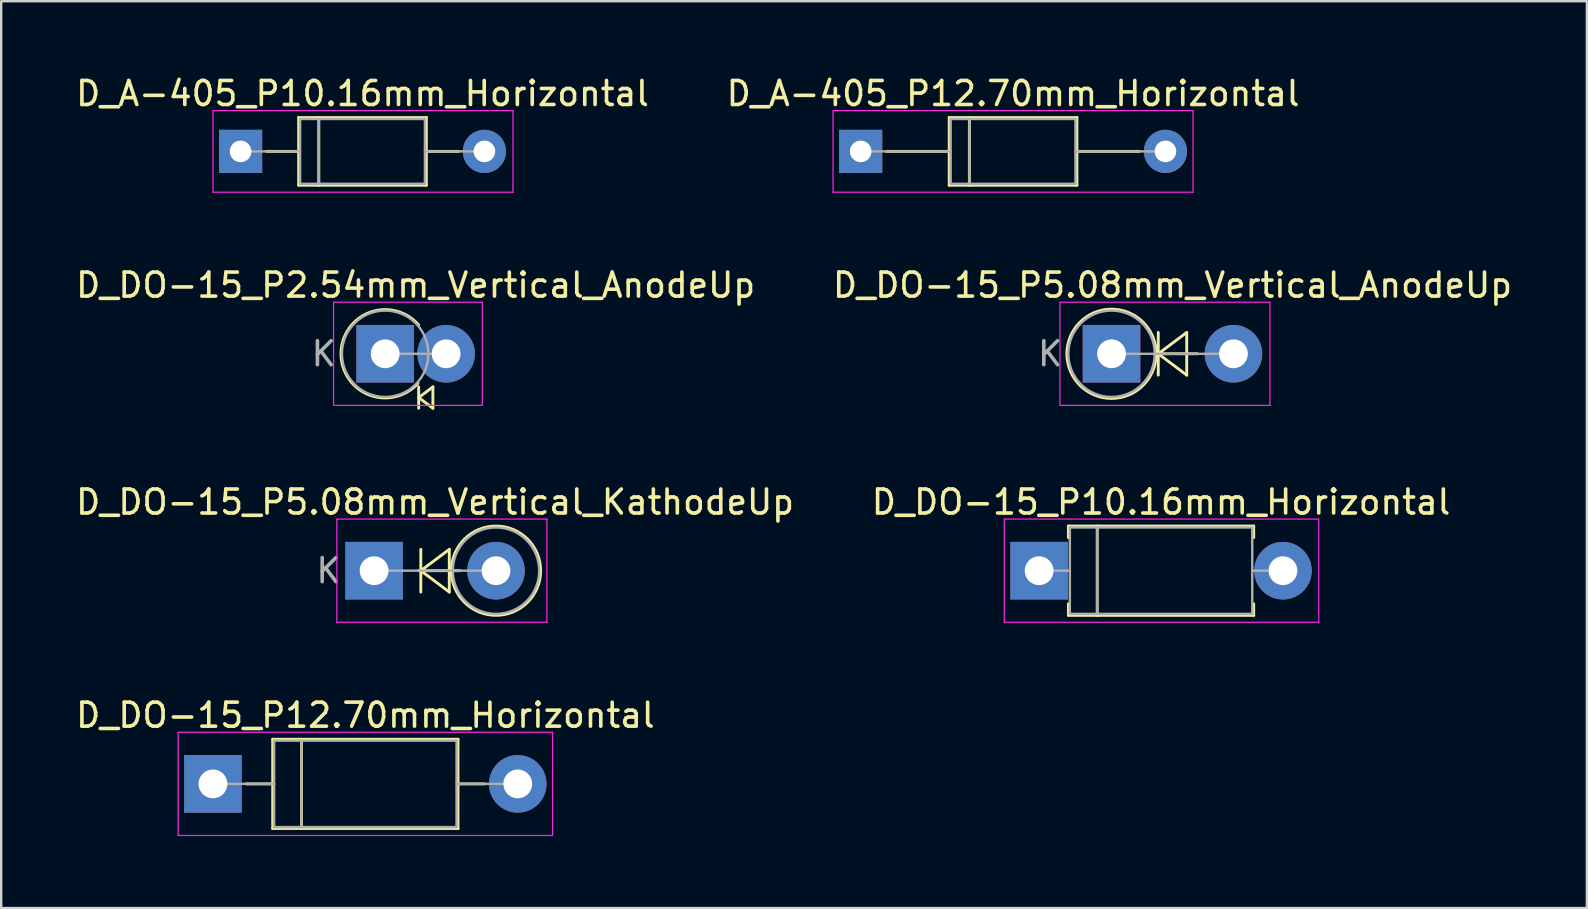
<source format=kicad_pcb>
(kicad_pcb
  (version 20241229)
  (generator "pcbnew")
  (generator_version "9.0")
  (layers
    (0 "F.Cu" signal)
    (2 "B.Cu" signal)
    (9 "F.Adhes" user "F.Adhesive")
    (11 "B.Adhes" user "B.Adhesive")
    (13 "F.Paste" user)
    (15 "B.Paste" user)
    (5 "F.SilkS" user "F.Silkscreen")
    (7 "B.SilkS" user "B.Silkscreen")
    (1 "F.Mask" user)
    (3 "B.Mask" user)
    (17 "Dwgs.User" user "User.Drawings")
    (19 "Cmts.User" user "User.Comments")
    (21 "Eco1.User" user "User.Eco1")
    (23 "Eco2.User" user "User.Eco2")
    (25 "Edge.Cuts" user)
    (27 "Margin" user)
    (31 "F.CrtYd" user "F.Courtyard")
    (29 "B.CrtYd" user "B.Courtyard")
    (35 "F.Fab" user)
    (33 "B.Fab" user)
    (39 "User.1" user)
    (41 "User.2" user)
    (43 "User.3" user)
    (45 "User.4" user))
  (footprint "D_DO-15_P5.08mm_Vertical_KathodeUp"
    (layer "F.Cu")
    (at 12.537 20.729)
    (property "Reference" "D_DO-15_P5.08mm_Vertical_KathodeUp" (at 2.54 -2.86 0) (layer "F.SilkS") (effects (font (size 1 1) (thickness 0.15))))
    (attr through_hole)
    (fp_line (start 1.86 0) (end 3.58 0) (stroke (width 0.12) (type solid)) (layer "F.SilkS"))
    (fp_line (start 1.947 -0.889) (end 1.947 0.889) (stroke (width 0.12) (type solid)) (layer "F.SilkS"))
    (fp_line (start 1.947 0) (end 3.133 -0.889) (stroke (width 0.12) (type solid)) (layer "F.SilkS"))
    (fp_line (start 3.133 -0.889) (end 3.133 0.889) (stroke (width 0.12) (type solid)) (layer "F.SilkS"))
    (fp_line (start 3.133 0.889) (end 1.947 0) (stroke (width 0.12) (type solid)) (layer "F.SilkS"))
    (fp_circle (center 5.08 0) (end 6.94 0) (stroke (width 0.12) (type solid)) (fill no) (layer "F.SilkS"))
    (fp_line (start -1.55 -2.15) (end -1.55 2.15) (stroke (width 0.05) (type solid)) (layer "F.CrtYd"))
    (fp_line (start -1.55 2.15) (end 7.2 2.15) (stroke (width 0.05) (type solid)) (layer "F.CrtYd"))
    (fp_line (start 7.2 -2.15) (end -1.55 -2.15) (stroke (width 0.05) (type solid)) (layer "F.CrtYd"))
    (fp_line (start 7.2 2.15) (end 7.2 -2.15) (stroke (width 0.05) (type solid)) (layer "F.CrtYd"))
    (fp_line (start 0 0) (end 5.08 0) (stroke (width 0.1) (type solid)) (layer "F.Fab"))
    (fp_circle (center 5.08 0) (end 6.88 0) (stroke (width 0.1) (type solid)) (fill no) (layer "F.Fab"))
    (fp_text user "K" (at -1.9 0 0) (layer "F.Fab") (effects (font (size 1 1) (thickness 0.15))))
    (pad "1" thru_hole rect (at 0 0) (size 2.4 2.4) (drill 1.2) (layers "*.Cu" "*.Mask"))
    (pad "2" thru_hole oval (at 5.08 0) (size 2.4 2.4) (drill 1.2) (layers "*.Cu" "*.Mask")))
  (footprint "D_A-405_P10.16mm_Horizontal"
    (layer "F.Cu")
    (at 6.974 3.258)
    (property "Reference" "D_A-405_P10.16mm_Horizontal" (at 5.08 -2.41 0) (layer "F.SilkS") (effects (font (size 1 1) (thickness 0.15))))
    (attr through_hole)
    (fp_line (start 1.08 0) (end 2.42 0) (stroke (width 0.12) (type solid)) (layer "F.SilkS"))
    (fp_line (start 2.42 -1.41) (end 2.42 1.41) (stroke (width 0.12) (type solid)) (layer "F.SilkS"))
    (fp_line (start 2.42 1.41) (end 7.74 1.41) (stroke (width 0.12) (type solid)) (layer "F.SilkS"))
    (fp_line (start 3.26 -1.41) (end 3.26 1.41) (stroke (width 0.12) (type solid)) (layer "F.SilkS"))
    (fp_line (start 7.74 -1.41) (end 2.42 -1.41) (stroke (width 0.12) (type solid)) (layer "F.SilkS"))
    (fp_line (start 7.74 1.41) (end 7.74 -1.41) (stroke (width 0.12) (type solid)) (layer "F.SilkS"))
    (fp_line (start 9.08 0) (end 7.74 0) (stroke (width 0.12) (type solid)) (layer "F.SilkS"))
    (fp_line (start -1.15 -1.7) (end -1.15 1.7) (stroke (width 0.05) (type solid)) (layer "F.CrtYd"))
    (fp_line (start -1.15 1.7) (end 11.35 1.7) (stroke (width 0.05) (type solid)) (layer "F.CrtYd"))
    (fp_line (start 11.35 -1.7) (end -1.15 -1.7) (stroke (width 0.05) (type solid)) (layer "F.CrtYd"))
    (fp_line (start 11.35 1.7) (end 11.35 -1.7) (stroke (width 0.05) (type solid)) (layer "F.CrtYd"))
    (fp_line (start 0 0) (end 2.48 0) (stroke (width 0.1) (type solid)) (layer "F.Fab"))
    (fp_line (start 2.48 -1.35) (end 2.48 1.35) (stroke (width 0.1) (type solid)) (layer "F.Fab"))
    (fp_line (start 2.48 1.35) (end 7.68 1.35) (stroke (width 0.1) (type solid)) (layer "F.Fab"))
    (fp_line (start 3.26 -1.35) (end 3.26 1.35) (stroke (width 0.1) (type solid)) (layer "F.Fab"))
    (fp_line (start 7.68 -1.35) (end 2.48 -1.35) (stroke (width 0.1) (type solid)) (layer "F.Fab"))
    (fp_line (start 7.68 1.35) (end 7.68 -1.35) (stroke (width 0.1) (type solid)) (layer "F.Fab"))
    (fp_line (start 10.16 0) (end 7.68 0) (stroke (width 0.1) (type solid)) (layer "F.Fab"))
    (pad "1" thru_hole rect (at 0 0) (size 1.8 1.8) (drill 0.9) (layers "*.Cu" "*.Mask"))
    (pad "2" thru_hole oval (at 10.16 0) (size 1.8 1.8) (drill 0.9) (layers "*.Cu" "*.Mask")))
  (footprint "D_DO-15_P10.16mm_Horizontal"
    (layer "F.Cu")
    (at 40.247 20.729)
    (property "Reference" "D_DO-15_P10.16mm_Horizontal" (at 5.08 -2.86 0) (layer "F.SilkS") (effects (font (size 1 1) (thickness 0.15))))
    (attr through_hole)
    (fp_line (start 1.22 -1.86) (end 8.94 -1.86) (stroke (width 0.12) (type solid)) (layer "F.SilkS"))
    (fp_line (start 1.22 -1.38) (end 1.22 -1.86) (stroke (width 0.12) (type solid)) (layer "F.SilkS"))
    (fp_line (start 1.22 1.38) (end 1.22 1.86) (stroke (width 0.12) (type solid)) (layer "F.SilkS"))
    (fp_line (start 1.22 1.86) (end 8.94 1.86) (stroke (width 0.12) (type solid)) (layer "F.SilkS"))
    (fp_line (start 2.42 -1.86) (end 2.42 1.86) (stroke (width 0.12) (type solid)) (layer "F.SilkS"))
    (fp_line (start 8.94 -1.86) (end 8.94 -1.38) (stroke (width 0.12) (type solid)) (layer "F.SilkS"))
    (fp_line (start 8.94 1.86) (end 8.94 1.38) (stroke (width 0.12) (type solid)) (layer "F.SilkS"))
    (fp_line (start -1.45 -2.15) (end -1.45 2.15) (stroke (width 0.05) (type solid)) (layer "F.CrtYd"))
    (fp_line (start -1.45 2.15) (end 11.65 2.15) (stroke (width 0.05) (type solid)) (layer "F.CrtYd"))
    (fp_line (start 11.65 -2.15) (end -1.45 -2.15) (stroke (width 0.05) (type solid)) (layer "F.CrtYd"))
    (fp_line (start 11.65 2.15) (end 11.65 -2.15) (stroke (width 0.05) (type solid)) (layer "F.CrtYd"))
    (fp_line (start 0 0) (end 1.28 0) (stroke (width 0.1) (type solid)) (layer "F.Fab"))
    (fp_line (start 1.28 -1.8) (end 1.28 1.8) (stroke (width 0.1) (type solid)) (layer "F.Fab"))
    (fp_line (start 1.28 1.8) (end 8.88 1.8) (stroke (width 0.1) (type solid)) (layer "F.Fab"))
    (fp_line (start 2.42 -1.8) (end 2.42 1.8) (stroke (width 0.1) (type solid)) (layer "F.Fab"))
    (fp_line (start 8.88 -1.8) (end 1.28 -1.8) (stroke (width 0.1) (type solid)) (layer "F.Fab"))
    (fp_line (start 8.88 1.8) (end 8.88 -1.8) (stroke (width 0.1) (type solid)) (layer "F.Fab"))
    (fp_line (start 10.16 0) (end 8.88 0) (stroke (width 0.1) (type solid)) (layer "F.Fab"))
    (pad "1" thru_hole rect (at 0 0) (size 2.4 2.4) (drill 1.2) (layers "*.Cu" "*.Mask"))
    (pad "2" thru_hole oval (at 10.16 0) (size 2.4 2.4) (drill 1.2) (layers "*.Cu" "*.Mask")))
  (footprint "D_DO-15_P2.54mm_Vertical_AnodeUp"
    (layer "F.Cu")
    (at 12.998 11.691)
    (property "Reference" "D_DO-15_P2.54mm_Vertical_AnodeUp" (at 1.27 -2.86 0) (layer "F.SilkS") (effects (font (size 1 1) (thickness 0.15))))
    (attr through_hole)
    (fp_line (start 1.397 1.38) (end 1.397 2.269) (stroke (width 0.12) (type solid)) (layer "F.SilkS"))
    (fp_line (start 1.397 1.825) (end 1.99 1.38) (stroke (width 0.12) (type solid)) (layer "F.SilkS"))
    (fp_line (start 1.99 1.38) (end 1.99 2.269) (stroke (width 0.12) (type solid)) (layer "F.SilkS"))
    (fp_line (start 1.99 2.269) (end 1.397 1.825) (stroke (width 0.12) (type solid)) (layer "F.SilkS"))
    (fp_arc (start 1.365408 1.23384) (mid -1.840161 -0.022557) (end 1.395242 -1.2) (stroke (width 0.12) (type solid)) (layer "F.SilkS"))
    (fp_line (start -2.15 -2.15) (end -2.15 2.15) (stroke (width 0.05) (type solid)) (layer "F.CrtYd"))
    (fp_line (start -2.15 2.15) (end 4.05 2.15) (stroke (width 0.05) (type solid)) (layer "F.CrtYd"))
    (fp_line (start 4.05 -2.15) (end -2.15 -2.15) (stroke (width 0.05) (type solid)) (layer "F.CrtYd"))
    (fp_line (start 4.05 2.15) (end 4.05 -2.15) (stroke (width 0.05) (type solid)) (layer "F.CrtYd"))
    (fp_line (start 0 0) (end 2.54 0) (stroke (width 0.1) (type solid)) (layer "F.Fab"))
    (fp_circle (center 0 0) (end 1.8 0) (stroke (width 0.1) (type solid)) (fill no) (layer "F.Fab"))
    (fp_text user "K" (at -2.56 0 0) (layer "F.Fab") (effects (font (size 1 1) (thickness 0.15))))
    (pad "1" thru_hole rect (at 0 0) (size 2.4 2.4) (drill 1.2) (layers "*.Cu" "*.Mask"))
    (pad "2" thru_hole oval (at 2.54 0) (size 2.4 2.4) (drill 1.2) (layers "*.Cu" "*.Mask")))
  (footprint "D_DO-15_P5.08mm_Vertical_AnodeUp"
    (layer "F.Cu")
    (at 43.264 11.691)
    (property "Reference" "D_DO-15_P5.08mm_Vertical_AnodeUp" (at 2.54 -2.86 0) (layer "F.SilkS") (effects (font (size 1 1) (thickness 0.15))))
    (attr through_hole)
    (fp_line (start 1.86 0) (end 3.58 0) (stroke (width 0.12) (type solid)) (layer "F.SilkS"))
    (fp_line (start 1.947 -0.889) (end 1.947 0.889) (stroke (width 0.12) (type solid)) (layer "F.SilkS"))
    (fp_line (start 1.947 0) (end 3.133 -0.889) (stroke (width 0.12) (type solid)) (layer "F.SilkS"))
    (fp_line (start 3.133 -0.889) (end 3.133 0.889) (stroke (width 0.12) (type solid)) (layer "F.SilkS"))
    (fp_line (start 3.133 0.889) (end 1.947 0) (stroke (width 0.12) (type solid)) (layer "F.SilkS"))
    (fp_circle (center 0 0) (end 1.86 0) (stroke (width 0.12) (type solid)) (fill no) (layer "F.SilkS"))
    (fp_line (start -2.15 -2.15) (end -2.15 2.15) (stroke (width 0.05) (type solid)) (layer "F.CrtYd"))
    (fp_line (start -2.15 2.15) (end 6.6 2.15) (stroke (width 0.05) (type solid)) (layer "F.CrtYd"))
    (fp_line (start 6.6 -2.15) (end -2.15 -2.15) (stroke (width 0.05) (type solid)) (layer "F.CrtYd"))
    (fp_line (start 6.6 2.15) (end 6.6 -2.15) (stroke (width 0.05) (type solid)) (layer "F.CrtYd"))
    (fp_line (start 0 0) (end 5.08 0) (stroke (width 0.1) (type solid)) (layer "F.Fab"))
    (fp_circle (center 0 0) (end 1.8 0) (stroke (width 0.1) (type solid)) (fill no) (layer "F.Fab"))
    (fp_text user "K" (at -2.56 0 0) (layer "F.Fab") (effects (font (size 1 1) (thickness 0.15))))
    (pad "1" thru_hole rect (at 0 0) (size 2.4 2.4) (drill 1.2) (layers "*.Cu" "*.Mask"))
    (pad "2" thru_hole oval (at 5.08 0) (size 2.4 2.4) (drill 1.2) (layers "*.Cu" "*.Mask")))
  (footprint "D_DO-15_P12.70mm_Horizontal"
    (layer "F.Cu")
    (at 5.823 29.612)
    (property "Reference" "D_DO-15_P12.70mm_Horizontal" (at 6.35 -2.86 0) (layer "F.SilkS") (effects (font (size 1 1) (thickness 0.15))))
    (attr through_hole)
    (fp_line (start 1.38 0) (end 2.49 0) (stroke (width 0.12) (type solid)) (layer "F.SilkS"))
    (fp_line (start 2.49 -1.86) (end 2.49 1.86) (stroke (width 0.12) (type solid)) (layer "F.SilkS"))
    (fp_line (start 2.49 1.86) (end 10.21 1.86) (stroke (width 0.12) (type solid)) (layer "F.SilkS"))
    (fp_line (start 3.69 -1.86) (end 3.69 1.86) (stroke (width 0.12) (type solid)) (layer "F.SilkS"))
    (fp_line (start 10.21 -1.86) (end 2.49 -1.86) (stroke (width 0.12) (type solid)) (layer "F.SilkS"))
    (fp_line (start 10.21 1.86) (end 10.21 -1.86) (stroke (width 0.12) (type solid)) (layer "F.SilkS"))
    (fp_line (start 11.32 0) (end 10.21 0) (stroke (width 0.12) (type solid)) (layer "F.SilkS"))
    (fp_line (start -1.45 -2.15) (end -1.45 2.15) (stroke (width 0.05) (type solid)) (layer "F.CrtYd"))
    (fp_line (start -1.45 2.15) (end 14.15 2.15) (stroke (width 0.05) (type solid)) (layer "F.CrtYd"))
    (fp_line (start 14.15 -2.15) (end -1.45 -2.15) (stroke (width 0.05) (type solid)) (layer "F.CrtYd"))
    (fp_line (start 14.15 2.15) (end 14.15 -2.15) (stroke (width 0.05) (type solid)) (layer "F.CrtYd"))
    (fp_line (start 0 0) (end 2.55 0) (stroke (width 0.1) (type solid)) (layer "F.Fab"))
    (fp_line (start 2.55 -1.8) (end 2.55 1.8) (stroke (width 0.1) (type solid)) (layer "F.Fab"))
    (fp_line (start 2.55 1.8) (end 10.15 1.8) (stroke (width 0.1) (type solid)) (layer "F.Fab"))
    (fp_line (start 3.69 -1.8) (end 3.69 1.8) (stroke (width 0.1) (type solid)) (layer "F.Fab"))
    (fp_line (start 10.15 -1.8) (end 2.55 -1.8) (stroke (width 0.1) (type solid)) (layer "F.Fab"))
    (fp_line (start 10.15 1.8) (end 10.15 -1.8) (stroke (width 0.1) (type solid)) (layer "F.Fab"))
    (fp_line (start 12.7 0) (end 10.15 0) (stroke (width 0.1) (type solid)) (layer "F.Fab"))
    (pad "1" thru_hole rect (at 0 0) (size 2.4 2.4) (drill 1.2) (layers "*.Cu" "*.Mask"))
    (pad "2" thru_hole oval (at 12.7 0) (size 2.4 2.4) (drill 1.2) (layers "*.Cu" "*.Mask")))
  (footprint "D_A-405_P12.70mm_Horizontal"
    (layer "F.Cu")
    (at 32.811 3.258)
    (property "Reference" "D_A-405_P12.70mm_Horizontal" (at 6.35 -2.41 0) (layer "F.SilkS") (effects (font (size 1 1) (thickness 0.15))))
    (attr through_hole)
    (fp_line (start 1.08 0) (end 3.69 0) (stroke (width 0.12) (type solid)) (layer "F.SilkS"))
    (fp_line (start 3.69 -1.41) (end 3.69 1.41) (stroke (width 0.12) (type solid)) (layer "F.SilkS"))
    (fp_line (start 3.69 1.41) (end 9.01 1.41) (stroke (width 0.12) (type solid)) (layer "F.SilkS"))
    (fp_line (start 4.53 -1.41) (end 4.53 1.41) (stroke (width 0.12) (type solid)) (layer "F.SilkS"))
    (fp_line (start 9.01 -1.41) (end 3.69 -1.41) (stroke (width 0.12) (type solid)) (layer "F.SilkS"))
    (fp_line (start 9.01 1.41) (end 9.01 -1.41) (stroke (width 0.12) (type solid)) (layer "F.SilkS"))
    (fp_line (start 11.62 0) (end 9.01 0) (stroke (width 0.12) (type solid)) (layer "F.SilkS"))
    (fp_line (start -1.15 -1.7) (end -1.15 1.7) (stroke (width 0.05) (type solid)) (layer "F.CrtYd"))
    (fp_line (start -1.15 1.7) (end 13.85 1.7) (stroke (width 0.05) (type solid)) (layer "F.CrtYd"))
    (fp_line (start 13.85 -1.7) (end -1.15 -1.7) (stroke (width 0.05) (type solid)) (layer "F.CrtYd"))
    (fp_line (start 13.85 1.7) (end 13.85 -1.7) (stroke (width 0.05) (type solid)) (layer "F.CrtYd"))
    (fp_line (start 0 0) (end 3.75 0) (stroke (width 0.1) (type solid)) (layer "F.Fab"))
    (fp_line (start 3.75 -1.35) (end 3.75 1.35) (stroke (width 0.1) (type solid)) (layer "F.Fab"))
    (fp_line (start 3.75 1.35) (end 8.95 1.35) (stroke (width 0.1) (type solid)) (layer "F.Fab"))
    (fp_line (start 4.53 -1.35) (end 4.53 1.35) (stroke (width 0.1) (type solid)) (layer "F.Fab"))
    (fp_line (start 8.95 -1.35) (end 3.75 -1.35) (stroke (width 0.1) (type solid)) (layer "F.Fab"))
    (fp_line (start 8.95 1.35) (end 8.95 -1.35) (stroke (width 0.1) (type solid)) (layer "F.Fab"))
    (fp_line (start 12.7 0) (end 8.95 0) (stroke (width 0.1) (type solid)) (layer "F.Fab"))
    (pad "1" thru_hole rect (at 0 0) (size 1.8 1.8) (drill 0.9) (layers "*.Cu" "*.Mask"))
    (pad "2" thru_hole oval (at 12.7 0) (size 1.8 1.8) (drill 0.9) (layers "*.Cu" "*.Mask")))
  (gr_rect
    (start -3 -3)
    (end 63.071 34.787)
    (stroke (width 0.1) (type default))
    (fill no)
    (layer "Edge.Cuts")))
</source>
